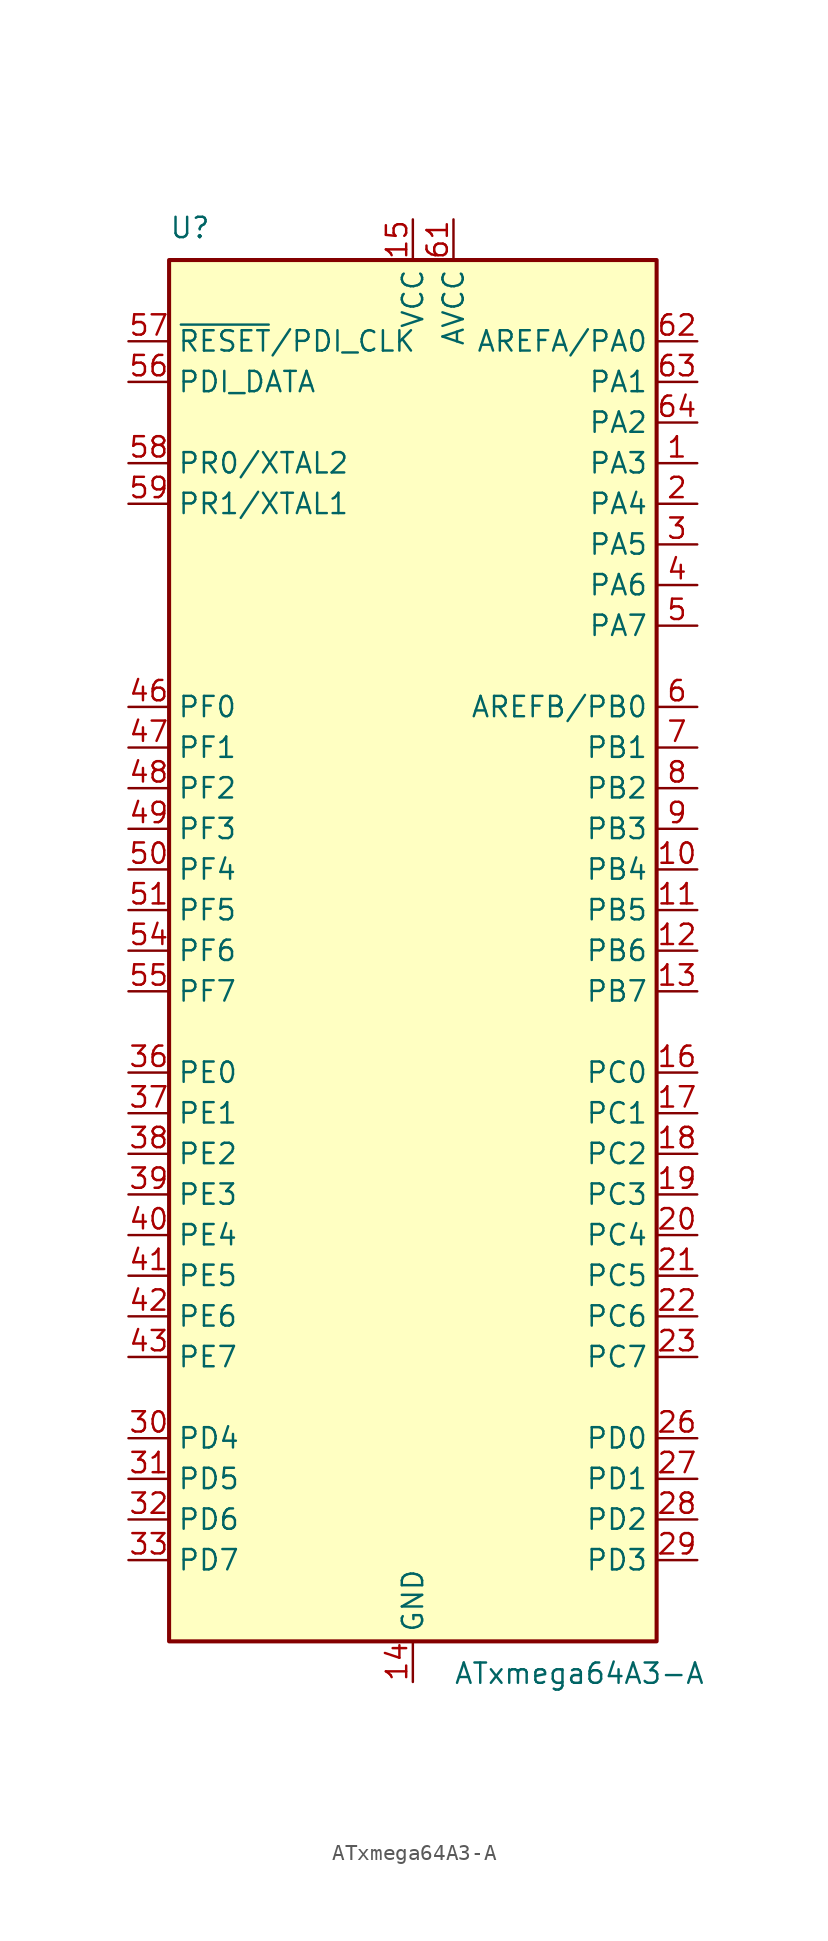
<source format=kicad_sym>
(kicad_symbol_lib
  (version 20231120)
  (generator "kicad_symbol_editor")
  (generator_version "8.0")
  (symbol "ATxmega64A3-A"
    (property "Reference" "U"
      (at -15.24 44.45 0)
      (effects (font (size 1.27 1.27)) (justify left bottom)))
    (property "Value" "ATxmega64A3-A"
      (at 2.54 -44.45 0)
      (effects (font (size 1.27 1.27)) (justify left top)))
    (symbol "ATxmega64A3-A_0_1"
      (rectangle (start -15.24 -43.18) (end 15.24 43.18) (stroke (width 0.254) (type default)) (fill (type background))))
    (symbol "ATxmega64A3-A_1_1"
      (pin bidirectional line (at 17.78 30.48 180) (length 2.54) (name "PA3" (effects (font (size 1.27 1.27)))) (number "1" (effects (font (size 1.27 1.27)))))
      (pin bidirectional line (at 17.78 5.08 180) (length 2.54) (name "PB4" (effects (font (size 1.27 1.27)))) (number "10" (effects (font (size 1.27 1.27)))))
      (pin bidirectional line (at 17.78 2.54 180) (length 2.54) (name "PB5" (effects (font (size 1.27 1.27)))) (number "11" (effects (font (size 1.27 1.27)))))
      (pin bidirectional line (at 17.78 0 180) (length 2.54) (name "PB6" (effects (font (size 1.27 1.27)))) (number "12" (effects (font (size 1.27 1.27)))))
      (pin bidirectional line (at 17.78 -2.54 180) (length 2.54) (name "PB7" (effects (font (size 1.27 1.27)))) (number "13" (effects (font (size 1.27 1.27)))))
      (pin power_in line (at 0 -45.72 90) (length 2.54) (name "GND" (effects (font (size 1.27 1.27)))) (number "14" (effects (font (size 1.27 1.27)))))
      (pin power_in line (at 0 45.72 270) (length 2.54) (name "VCC" (effects (font (size 1.27 1.27)))) (number "15" (effects (font (size 1.27 1.27)))))
      (pin bidirectional line (at 17.78 -7.62 180) (length 2.54) (name "PC0" (effects (font (size 1.27 1.27)))) (number "16" (effects (font (size 1.27 1.27)))))
      (pin bidirectional line (at 17.78 -10.16 180) (length 2.54) (name "PC1" (effects (font (size 1.27 1.27)))) (number "17" (effects (font (size 1.27 1.27)))))
      (pin bidirectional line (at 17.78 -12.7 180) (length 2.54) (name "PC2" (effects (font (size 1.27 1.27)))) (number "18" (effects (font (size 1.27 1.27)))))
      (pin bidirectional line (at 17.78 -15.24 180) (length 2.54) (name "PC3" (effects (font (size 1.27 1.27)))) (number "19" (effects (font (size 1.27 1.27)))))
      (pin bidirectional line (at 17.78 27.94 180) (length 2.54) (name "PA4" (effects (font (size 1.27 1.27)))) (number "2" (effects (font (size 1.27 1.27)))))
      (pin bidirectional line (at 17.78 -17.78 180) (length 2.54) (name "PC4" (effects (font (size 1.27 1.27)))) (number "20" (effects (font (size 1.27 1.27)))))
      (pin bidirectional line (at 17.78 -20.32 180) (length 2.54) (name "PC5" (effects (font (size 1.27 1.27)))) (number "21" (effects (font (size 1.27 1.27)))))
      (pin bidirectional line (at 17.78 -22.86 180) (length 2.54) (name "PC6" (effects (font (size 1.27 1.27)))) (number "22" (effects (font (size 1.27 1.27)))))
      (pin bidirectional line (at 17.78 -25.4 180) (length 2.54) (name "PC7" (effects (font (size 1.27 1.27)))) (number "23" (effects (font (size 1.27 1.27)))))
      (pin passive line (at 0 -45.72 90) (length 2.54) hide (name "GND" (effects (font (size 1.27 1.27)))) (number "24" (effects (font (size 1.27 1.27)))))
      (pin passive line (at 0 45.72 270) (length 2.54) hide (name "VCC" (effects (font (size 1.27 1.27)))) (number "25" (effects (font (size 1.27 1.27)))))
      (pin bidirectional line (at 17.78 -30.48 180) (length 2.54) (name "PD0" (effects (font (size 1.27 1.27)))) (number "26" (effects (font (size 1.27 1.27)))))
      (pin bidirectional line (at 17.78 -33.02 180) (length 2.54) (name "PD1" (effects (font (size 1.27 1.27)))) (number "27" (effects (font (size 1.27 1.27)))))
      (pin bidirectional line (at 17.78 -35.56 180) (length 2.54) (name "PD2" (effects (font (size 1.27 1.27)))) (number "28" (effects (font (size 1.27 1.27)))))
      (pin bidirectional line (at 17.78 -38.1 180) (length 2.54) (name "PD3" (effects (font (size 1.27 1.27)))) (number "29" (effects (font (size 1.27 1.27)))))
      (pin bidirectional line (at 17.78 25.4 180) (length 2.54) (name "PA5" (effects (font (size 1.27 1.27)))) (number "3" (effects (font (size 1.27 1.27)))))
      (pin bidirectional line (at -17.78 -30.48 0) (length 2.54) (name "PD4" (effects (font (size 1.27 1.27)))) (number "30" (effects (font (size 1.27 1.27)))))
      (pin bidirectional line (at -17.78 -33.02 0) (length 2.54) (name "PD5" (effects (font (size 1.27 1.27)))) (number "31" (effects (font (size 1.27 1.27)))))
      (pin bidirectional line (at -17.78 -35.56 0) (length 2.54) (name "PD6" (effects (font (size 1.27 1.27)))) (number "32" (effects (font (size 1.27 1.27)))))
      (pin bidirectional line (at -17.78 -38.1 0) (length 2.54) (name "PD7" (effects (font (size 1.27 1.27)))) (number "33" (effects (font (size 1.27 1.27)))))
      (pin passive line (at 0 -45.72 90) (length 2.54) hide (name "GND" (effects (font (size 1.27 1.27)))) (number "34" (effects (font (size 1.27 1.27)))))
      (pin passive line (at 0 45.72 270) (length 2.54) hide (name "VCC" (effects (font (size 1.27 1.27)))) (number "35" (effects (font (size 1.27 1.27)))))
      (pin bidirectional line (at -17.78 -7.62 0) (length 2.54) (name "PE0" (effects (font (size 1.27 1.27)))) (number "36" (effects (font (size 1.27 1.27)))))
      (pin bidirectional line (at -17.78 -10.16 0) (length 2.54) (name "PE1" (effects (font (size 1.27 1.27)))) (number "37" (effects (font (size 1.27 1.27)))))
      (pin bidirectional line (at -17.78 -12.7 0) (length 2.54) (name "PE2" (effects (font (size 1.27 1.27)))) (number "38" (effects (font (size 1.27 1.27)))))
      (pin bidirectional line (at -17.78 -15.24 0) (length 2.54) (name "PE3" (effects (font (size 1.27 1.27)))) (number "39" (effects (font (size 1.27 1.27)))))
      (pin bidirectional line (at 17.78 22.86 180) (length 2.54) (name "PA6" (effects (font (size 1.27 1.27)))) (number "4" (effects (font (size 1.27 1.27)))))
      (pin bidirectional line (at -17.78 -17.78 0) (length 2.54) (name "PE4" (effects (font (size 1.27 1.27)))) (number "40" (effects (font (size 1.27 1.27)))))
      (pin bidirectional line (at -17.78 -20.32 0) (length 2.54) (name "PE5" (effects (font (size 1.27 1.27)))) (number "41" (effects (font (size 1.27 1.27)))))
      (pin bidirectional line (at -17.78 -22.86 0) (length 2.54) (name "PE6" (effects (font (size 1.27 1.27)))) (number "42" (effects (font (size 1.27 1.27)))))
      (pin bidirectional line (at -17.78 -25.4 0) (length 2.54) (name "PE7" (effects (font (size 1.27 1.27)))) (number "43" (effects (font (size 1.27 1.27)))))
      (pin passive line (at 0 -45.72 90) (length 2.54) hide (name "GND" (effects (font (size 1.27 1.27)))) (number "44" (effects (font (size 1.27 1.27)))))
      (pin passive line (at 0 45.72 270) (length 2.54) hide (name "VCC" (effects (font (size 1.27 1.27)))) (number "45" (effects (font (size 1.27 1.27)))))
      (pin bidirectional line (at -17.78 15.24 0) (length 2.54) (name "PF0" (effects (font (size 1.27 1.27)))) (number "46" (effects (font (size 1.27 1.27)))))
      (pin bidirectional line (at -17.78 12.7 0) (length 2.54) (name "PF1" (effects (font (size 1.27 1.27)))) (number "47" (effects (font (size 1.27 1.27)))))
      (pin bidirectional line (at -17.78 10.16 0) (length 2.54) (name "PF2" (effects (font (size 1.27 1.27)))) (number "48" (effects (font (size 1.27 1.27)))))
      (pin bidirectional line (at -17.78 7.62 0) (length 2.54) (name "PF3" (effects (font (size 1.27 1.27)))) (number "49" (effects (font (size 1.27 1.27)))))
      (pin bidirectional line (at 17.78 20.32 180) (length 2.54) (name "PA7" (effects (font (size 1.27 1.27)))) (number "5" (effects (font (size 1.27 1.27)))))
      (pin bidirectional line (at -17.78 5.08 0) (length 2.54) (name "PF4" (effects (font (size 1.27 1.27)))) (number "50" (effects (font (size 1.27 1.27)))))
      (pin bidirectional line (at -17.78 2.54 0) (length 2.54) (name "PF5" (effects (font (size 1.27 1.27)))) (number "51" (effects (font (size 1.27 1.27)))))
      (pin passive line (at 0 -45.72 90) (length 2.54) hide (name "GND" (effects (font (size 1.27 1.27)))) (number "52" (effects (font (size 1.27 1.27)))))
      (pin passive line (at 0 45.72 270) (length 2.54) hide (name "VCC" (effects (font (size 1.27 1.27)))) (number "53" (effects (font (size 1.27 1.27)))))
      (pin bidirectional line (at -17.78 0 0) (length 2.54) (name "PF6" (effects (font (size 1.27 1.27)))) (number "54" (effects (font (size 1.27 1.27)))))
      (pin bidirectional line (at -17.78 -2.54 0) (length 2.54) (name "PF7" (effects (font (size 1.27 1.27)))) (number "55" (effects (font (size 1.27 1.27)))))
      (pin bidirectional line (at -17.78 35.56 0) (length 2.54) (name "PDI_DATA" (effects (font (size 1.27 1.27)))) (number "56" (effects (font (size 1.27 1.27)))))
      (pin input line (at -17.78 38.1 0) (length 2.54) (name "~{RESET}/PDI_CLK" (effects (font (size 1.27 1.27)))) (number "57" (effects (font (size 1.27 1.27)))))
      (pin bidirectional line (at -17.78 30.48 0) (length 2.54) (name "PR0/XTAL2" (effects (font (size 1.27 1.27)))) (number "58" (effects (font (size 1.27 1.27)))))
      (pin bidirectional line (at -17.78 27.94 0) (length 2.54) (name "PR1/XTAL1" (effects (font (size 1.27 1.27)))) (number "59" (effects (font (size 1.27 1.27)))))
      (pin bidirectional line (at 17.78 15.24 180) (length 2.54) (name "AREFB/PB0" (effects (font (size 1.27 1.27)))) (number "6" (effects (font (size 1.27 1.27)))))
      (pin passive line (at 0 -45.72 90) (length 2.54) hide (name "GND" (effects (font (size 1.27 1.27)))) (number "60" (effects (font (size 1.27 1.27)))))
      (pin power_in line (at 2.54 45.72 270) (length 2.54) (name "AVCC" (effects (font (size 1.27 1.27)))) (number "61" (effects (font (size 1.27 1.27)))))
      (pin bidirectional line (at 17.78 38.1 180) (length 2.54) (name "AREFA/PA0" (effects (font (size 1.27 1.27)))) (number "62" (effects (font (size 1.27 1.27)))))
      (pin bidirectional line (at 17.78 35.56 180) (length 2.54) (name "PA1" (effects (font (size 1.27 1.27)))) (number "63" (effects (font (size 1.27 1.27)))))
      (pin bidirectional line (at 17.78 33.02 180) (length 2.54) (name "PA2" (effects (font (size 1.27 1.27)))) (number "64" (effects (font (size 1.27 1.27)))))
      (pin bidirectional line (at 17.78 12.7 180) (length 2.54) (name "PB1" (effects (font (size 1.27 1.27)))) (number "7" (effects (font (size 1.27 1.27)))))
      (pin bidirectional line (at 17.78 10.16 180) (length 2.54) (name "PB2" (effects (font (size 1.27 1.27)))) (number "8" (effects (font (size 1.27 1.27)))))
      (pin bidirectional line (at 17.78 7.62 180) (length 2.54) (name "PB3" (effects (font (size 1.27 1.27)))) (number "9" (effects (font (size 1.27 1.27))))))))
</source>
